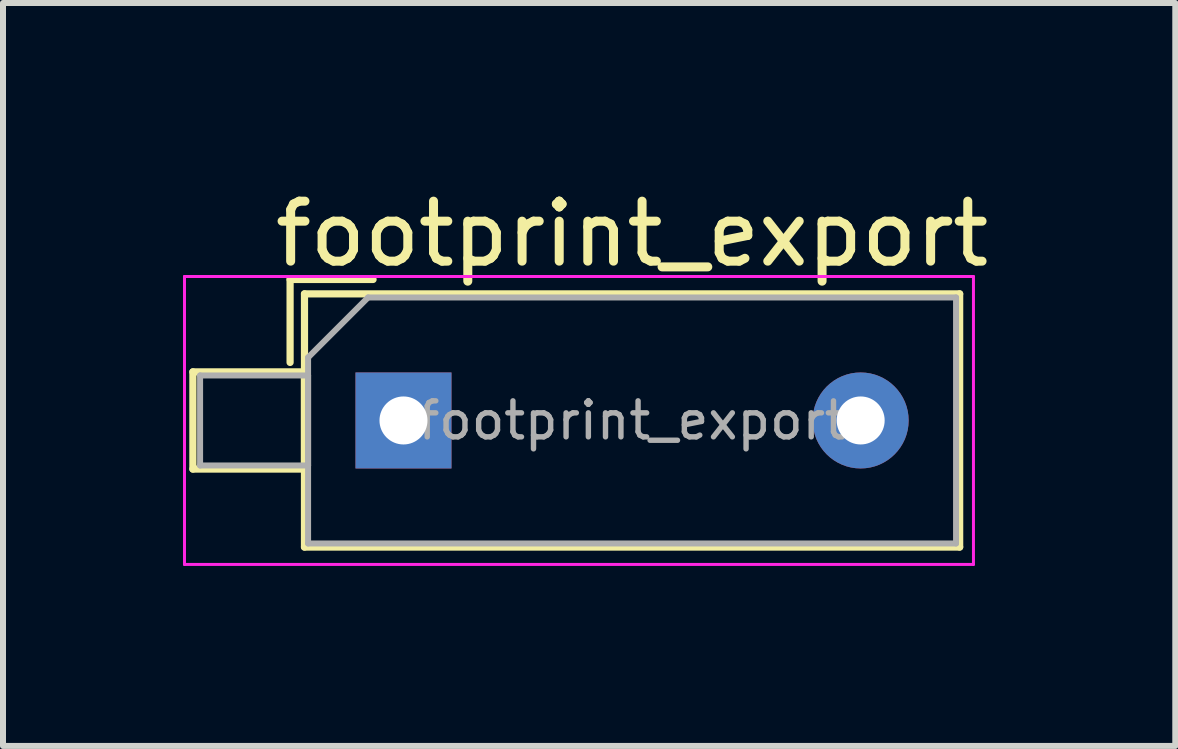
<source format=kicad_pcb>
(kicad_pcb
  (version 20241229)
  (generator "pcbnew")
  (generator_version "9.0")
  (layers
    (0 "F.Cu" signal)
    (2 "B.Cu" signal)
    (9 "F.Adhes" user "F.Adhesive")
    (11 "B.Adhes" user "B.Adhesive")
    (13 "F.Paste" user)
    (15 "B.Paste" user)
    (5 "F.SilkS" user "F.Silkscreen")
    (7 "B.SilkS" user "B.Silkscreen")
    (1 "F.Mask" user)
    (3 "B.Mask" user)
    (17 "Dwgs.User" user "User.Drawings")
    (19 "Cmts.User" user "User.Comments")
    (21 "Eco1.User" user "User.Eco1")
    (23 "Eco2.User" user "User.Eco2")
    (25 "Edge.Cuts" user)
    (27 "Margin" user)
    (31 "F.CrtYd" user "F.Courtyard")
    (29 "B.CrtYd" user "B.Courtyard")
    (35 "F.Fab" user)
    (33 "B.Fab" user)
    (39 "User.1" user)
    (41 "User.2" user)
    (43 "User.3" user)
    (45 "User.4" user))
  (footprint "footprint_export"
    (layer "F.Cu")
    (at 3.675 3.958)
    (property "Reference" "footprint_export" (at 3.81 -3.11 0) (layer "F.SilkS") (effects (font (size 1 1) (thickness 0.15))))
    (attr through_hole)
    (fp_line (start -3.51 -0.81) (end -3.51 0.81) (stroke (width 0.12) (type solid)) (layer "F.SilkS"))
    (fp_line (start -3.51 -0.81) (end -1.65 -0.81) (stroke (width 0.12) (type solid)) (layer "F.SilkS"))
    (fp_line (start -3.51 0.81) (end -1.65 0.81) (stroke (width 0.12) (type solid)) (layer "F.SilkS"))
    (fp_line (start -1.89 -2.35) (end -1.89 -0.967) (stroke (width 0.12) (type solid)) (layer "F.SilkS"))
    (fp_line (start -1.89 -2.35) (end -0.507 -2.35) (stroke (width 0.12) (type solid)) (layer "F.SilkS"))
    (fp_line (start -1.65 -2.11) (end -1.65 2.11) (stroke (width 0.12) (type solid)) (layer "F.SilkS"))
    (fp_line (start -1.65 -2.11) (end 9.27 -2.11) (stroke (width 0.12) (type solid)) (layer "F.SilkS"))
    (fp_line (start -1.65 -0.81) (end -1.65 0.81) (stroke (width 0.12) (type solid)) (layer "F.SilkS"))
    (fp_line (start -1.65 2.11) (end 9.27 2.11) (stroke (width 0.12) (type solid)) (layer "F.SilkS"))
    (fp_line (start 9.27 -2.11) (end 9.27 2.11) (stroke (width 0.12) (type solid)) (layer "F.SilkS"))
    (fp_line (start -3.65 -2.4) (end -3.65 2.4) (stroke (width 0.05) (type solid)) (layer "F.CrtYd"))
    (fp_line (start -3.65 2.4) (end 9.5 2.4) (stroke (width 0.05) (type solid)) (layer "F.CrtYd"))
    (fp_line (start 9.5 -2.4) (end -3.65 -2.4) (stroke (width 0.05) (type solid)) (layer "F.CrtYd"))
    (fp_line (start 9.5 2.4) (end 9.5 -2.4) (stroke (width 0.05) (type solid)) (layer "F.CrtYd"))
    (fp_line (start -3.39 -0.75) (end -1.59 -0.75) (stroke (width 0.1) (type solid)) (layer "F.Fab"))
    (fp_line (start -3.39 0.75) (end -3.39 -0.75) (stroke (width 0.1) (type solid)) (layer "F.Fab"))
    (fp_line (start -1.59 -1.05) (end -0.59 -2.05) (stroke (width 0.1) (type solid)) (layer "F.Fab"))
    (fp_line (start -1.59 -0.75) (end -1.59 0.75) (stroke (width 0.1) (type solid)) (layer "F.Fab"))
    (fp_line (start -1.59 0.75) (end -3.39 0.75) (stroke (width 0.1) (type solid)) (layer "F.Fab"))
    (fp_line (start -1.59 2.05) (end -1.59 -1.05) (stroke (width 0.1) (type solid)) (layer "F.Fab"))
    (fp_line (start -0.59 -2.05) (end 9.21 -2.05) (stroke (width 0.1) (type solid)) (layer "F.Fab"))
    (fp_line (start 9.21 -2.05) (end 9.21 2.05) (stroke (width 0.1) (type solid)) (layer "F.Fab"))
    (fp_line (start 9.21 2.05) (end -1.59 2.05) (stroke (width 0.1) (type solid)) (layer "F.Fab"))
    (fp_text user "${REFERENCE}" (at 3.81 0 0) (layer "F.Fab") (effects (font (size 0.6 0.6) (thickness 0.09))))
    (pad "1" thru_hole rect (at 0 0) (size 1.6 1.6) (drill 0.8) (layers "*.Cu" "*.Mask"))
    (pad "2" thru_hole oval (at 7.62 0) (size 1.6 1.6) (drill 0.8) (layers "*.Cu" "*.Mask")))
  (gr_rect
    (start -3 -3)
    (end 16.539 9.383)
    (stroke (width 0.1) (type default))
    (fill no)
    (layer "Edge.Cuts")))
</source>
